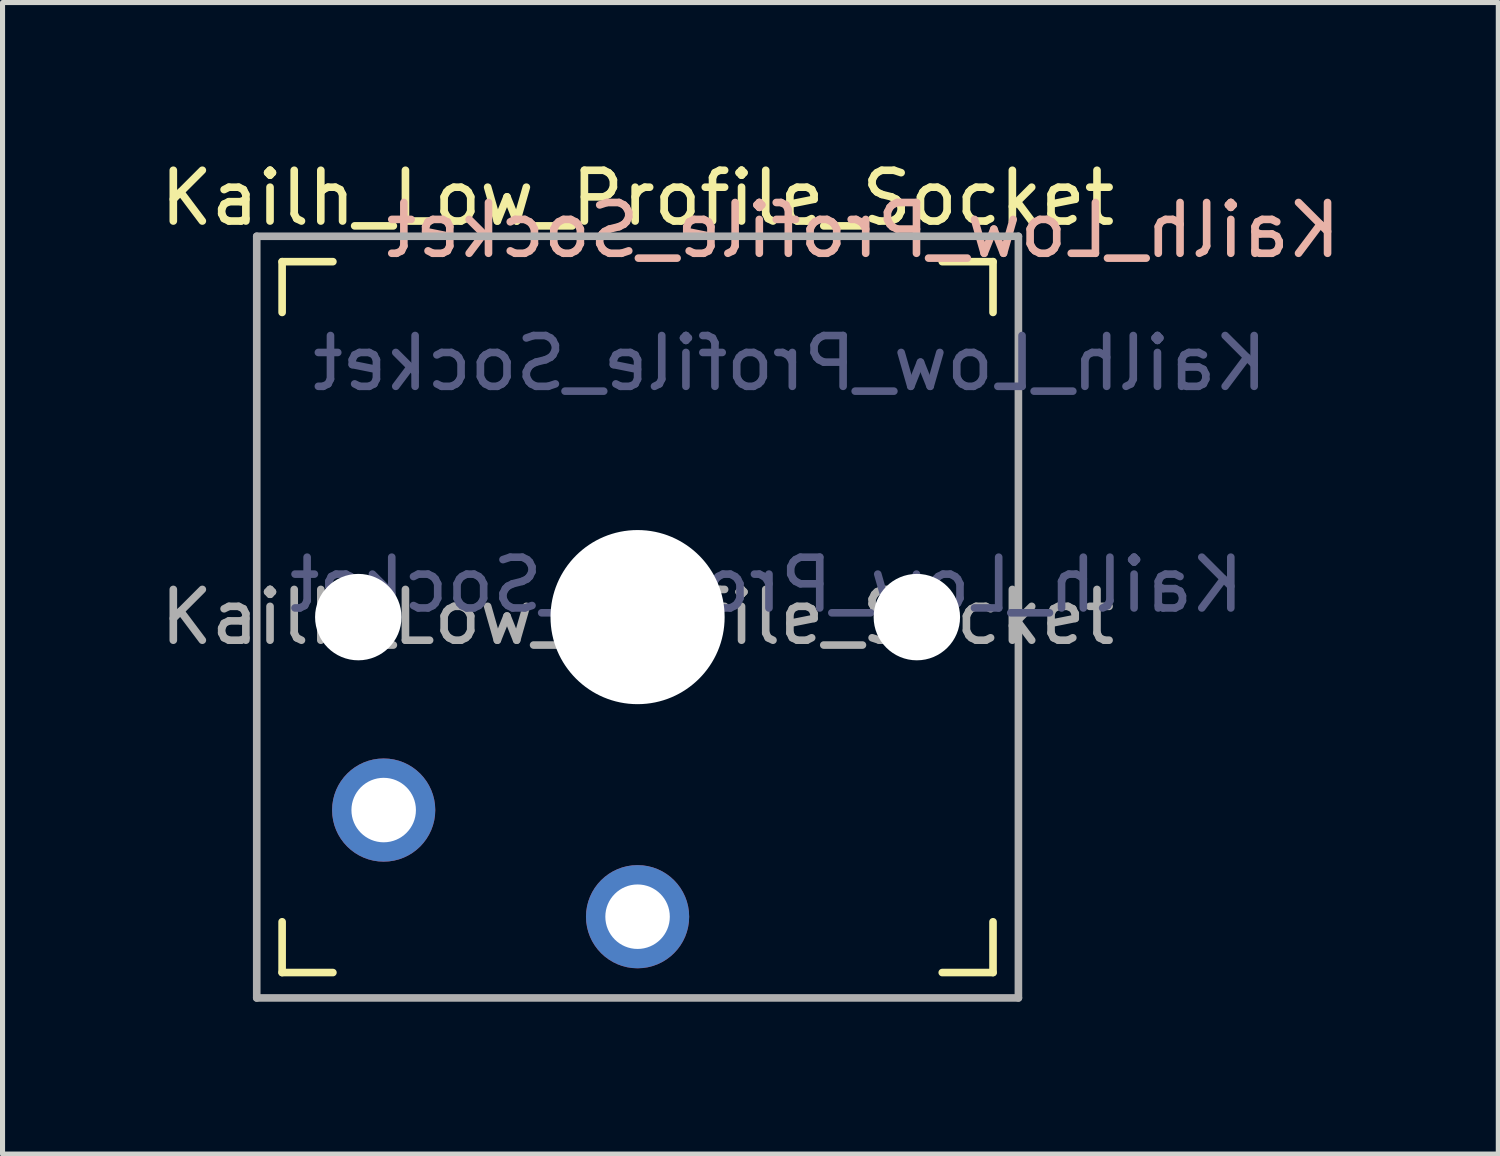
<source format=kicad_pcb>
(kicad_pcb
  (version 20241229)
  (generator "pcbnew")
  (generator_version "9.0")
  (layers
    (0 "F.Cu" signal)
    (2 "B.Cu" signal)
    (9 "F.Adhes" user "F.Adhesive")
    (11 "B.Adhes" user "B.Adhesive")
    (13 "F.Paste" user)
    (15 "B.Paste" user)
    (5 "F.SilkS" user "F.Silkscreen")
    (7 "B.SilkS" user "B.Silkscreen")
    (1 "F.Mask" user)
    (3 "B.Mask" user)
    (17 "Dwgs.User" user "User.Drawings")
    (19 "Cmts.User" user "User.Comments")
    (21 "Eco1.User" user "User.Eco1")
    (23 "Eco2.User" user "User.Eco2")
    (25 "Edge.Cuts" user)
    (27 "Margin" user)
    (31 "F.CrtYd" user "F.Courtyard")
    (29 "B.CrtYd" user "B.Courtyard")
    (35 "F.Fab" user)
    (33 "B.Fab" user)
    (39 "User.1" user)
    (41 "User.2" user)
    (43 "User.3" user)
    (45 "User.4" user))
  (footprint "Kailh_Low_Profile_Socket"
    (layer "F.Cu")
    (at 9.506 9.103)
    (property "Reference" "Kailh_Low_Profile_Socket" (at 0 -8.255 0) (layer "F.SilkS") (effects (font (size 1 1) (thickness 0.15))))
    (property "Value" "Kailh_Low_Profile_Socket" (at 0 8.25 0) (layer "F.Fab") (hide yes) (effects (font (size 1 1) (thickness 0.15))))
    (attr through_hole)
    (fp_line (start -7 -6) (end -7 -7) (stroke (width 0.15) (type solid)) (layer "F.SilkS"))
    (fp_line (start -7 7) (end -7 6) (stroke (width 0.15) (type solid)) (layer "F.SilkS"))
    (fp_line (start -7 7) (end -6 7) (stroke (width 0.15) (type solid)) (layer "F.SilkS"))
    (fp_line (start -6 -7) (end -7 -7) (stroke (width 0.15) (type solid)) (layer "F.SilkS"))
    (fp_line (start 6 7) (end 7 7) (stroke (width 0.15) (type solid)) (layer "F.SilkS"))
    (fp_line (start 7 -7) (end 6 -7) (stroke (width 0.15) (type solid)) (layer "F.SilkS"))
    (fp_line (start 7 -7) (end 7 -6) (stroke (width 0.15) (type solid)) (layer "F.SilkS"))
    (fp_line (start 7 6) (end 7 7) (stroke (width 0.15) (type solid)) (layer "F.SilkS"))
    (fp_line (start -6.9 6.9) (end -6.9 -6.9) (stroke (width 0.15) (type solid)) (layer "Eco2.User"))
    (fp_line (start -6.9 6.9) (end 6.9 6.9) (stroke (width 0.15) (type solid)) (layer "Eco2.User"))
    (fp_line (start -2.6 -3.1) (end -2.6 -6.3) (stroke (width 0.15) (type solid)) (layer "Eco2.User"))
    (fp_line (start -2.6 -3.1) (end 2.6 -3.1) (stroke (width 0.15) (type solid)) (layer "Eco2.User"))
    (fp_line (start 2.6 -6.3) (end -2.6 -6.3) (stroke (width 0.15) (type solid)) (layer "Eco2.User"))
    (fp_line (start 2.6 -3.1) (end 2.6 -6.3) (stroke (width 0.15) (type solid)) (layer "Eco2.User"))
    (fp_line (start 6.9 -6.9) (end -6.9 -6.9) (stroke (width 0.15) (type solid)) (layer "Eco2.User"))
    (fp_line (start 6.9 -6.9) (end 6.9 6.9) (stroke (width 0.15) (type solid)) (layer "Eco2.User"))
    (fp_line (start -7.5 -7.5) (end 7.5 -7.5) (stroke (width 0.15) (type solid)) (layer "F.Fab"))
    (fp_line (start -7.5 7.5) (end -7.5 -7.5) (stroke (width 0.15) (type solid)) (layer "F.Fab"))
    (fp_line (start 7.5 -7.5) (end 7.5 7.5) (stroke (width 0.15) (type solid)) (layer "F.Fab"))
    (fp_line (start 7.5 7.5) (end -7.5 7.5) (stroke (width 0.15) (type solid)) (layer "F.Fab"))
    (fp_text user "${REFERENCE}" (at 4.445 -7.62 0) (layer "B.SilkS") (effects (font (size 1 1) (thickness 0.15)) (justify mirror)))
    (fp_text user "${VALUE}" (at 2.54 -0.635 0) (layer "B.Fab") (effects (font (size 1 1) (thickness 0.15)) (justify mirror)))
    (fp_text user "${REFERENCE}" (at 3 -5 180) (layer "B.Fab") (effects (font (size 1 1) (thickness 0.15)) (justify mirror)))
    (fp_text user "${REFERENCE}" (at 0 0 0) (layer "F.Fab") (effects (font (size 1 1) (thickness 0.15))))
    (pad "" np_thru_hole circle (at -5.5 0) (size 1.702 1.702) (drill 1.702) (layers "*.Cu" "*.Mask"))
    (pad "" np_thru_hole circle (at 0 0) (size 3.429 3.429) (drill 3.429) (layers "*.Cu" "*.Mask"))
    (pad "" np_thru_hole circle (at 5.5 0) (size 1.702 1.702) (drill 1.702) (layers "*.Cu" "*.Mask"))
    (pad "1" thru_hole circle (at 0 5.9) (size 2.032 2.032) (drill 1.27) (layers "*.Cu" "*.Mask"))
    (pad "2" thru_hole circle (at -5 3.8) (size 2.032 2.032) (drill 1.27) (layers "*.Cu" "*.Mask")))
  (gr_rect
    (start -3 -3)
    (end 26.457 19.678)
    (stroke (width 0.1) (type default))
    (fill no)
    (layer "Edge.Cuts")))
</source>
